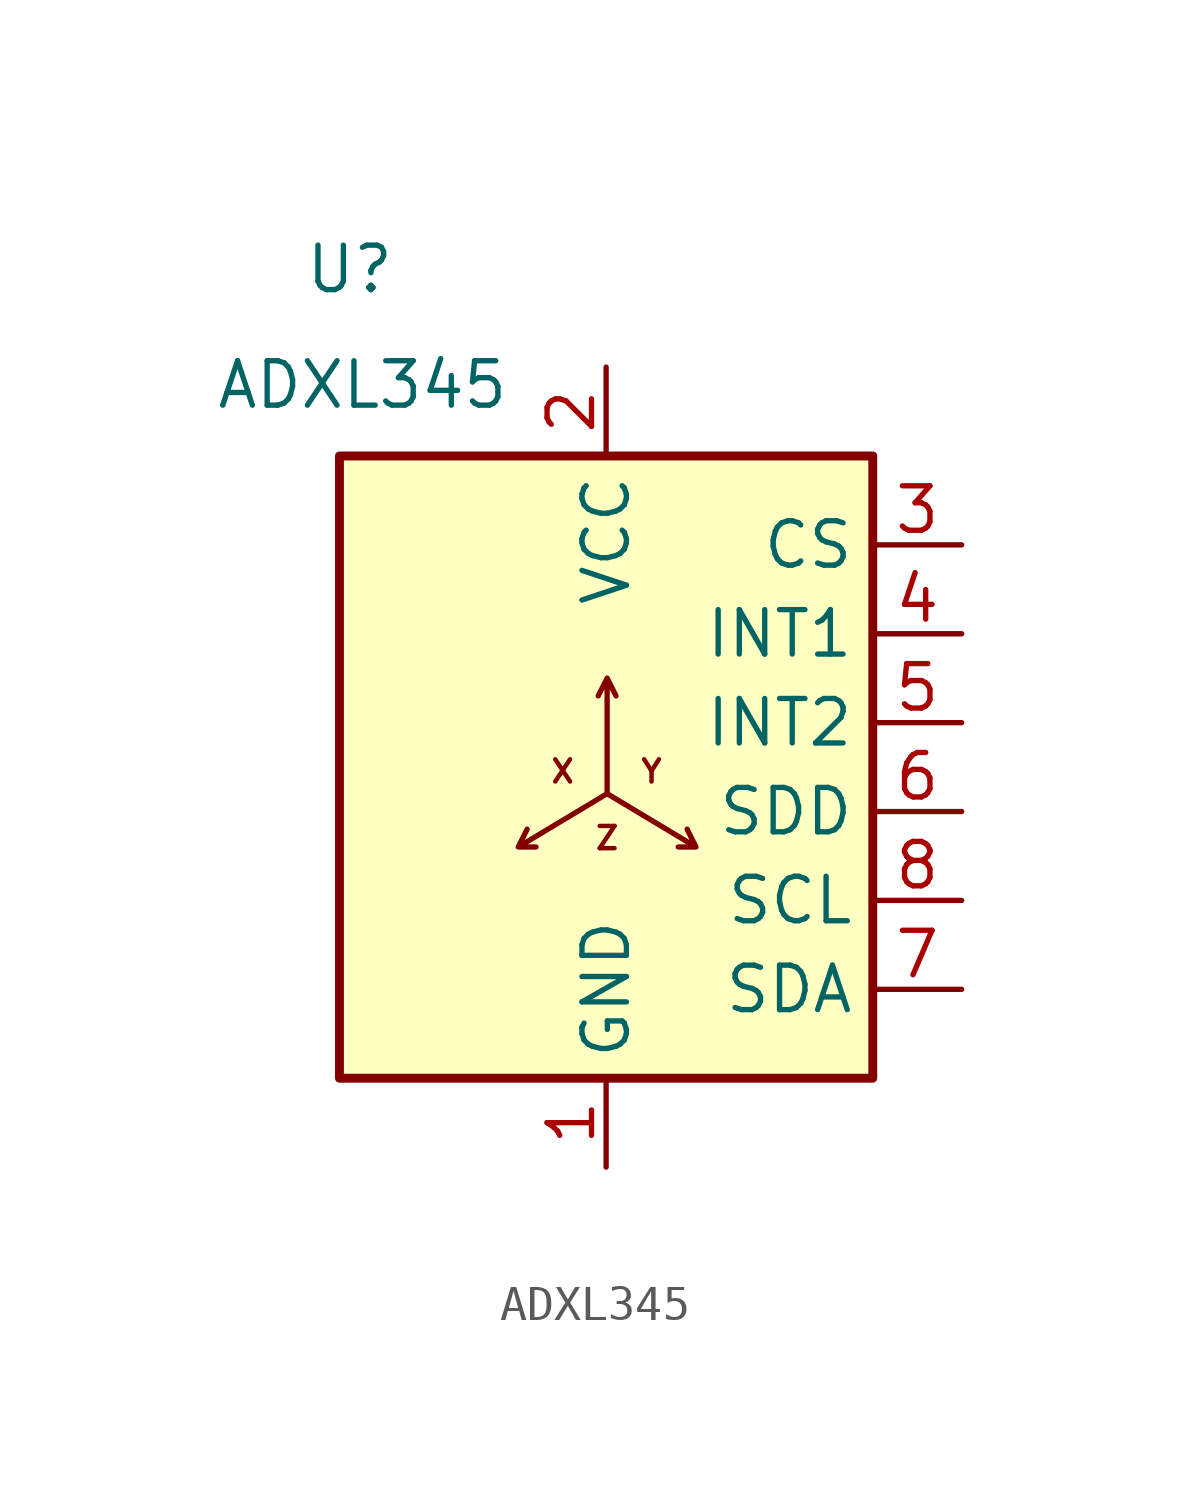
<source format=kicad_sym>
(kicad_symbol_lib
  (version 20231120)
  (generator "kicad_symbol_editor")
  (generator_version "8.0")
  (symbol "ADXL345"
    (property "Reference" "U"
      (at -8.636 12.954 0)
      (effects (font (size 1.27 1.27)) (justify left)))
    (property "Value" "ADXL345"
      (at -11.176 9.652 0)
      (effects (font (size 1.27 1.27)) (justify left)))
    (symbol "ADXL345_0_0"
      (text "X" (at -1.242 -1.394 0) (effects (font (size 0.635 0.635) (bold yes))))
      (text "Y" (at 1.298 -1.394 0) (effects (font (size 0.635 0.635) (bold yes))))
      (text "Z" (at 0.029 -3.299 0) (effects (font (size 0.635 0.635) (bold yes)))))
    (symbol "ADXL345_0_1"
      (rectangle (start -7.62 7.62) (end 7.62 -10.16) (stroke (width 0.254) (type default)) (fill (type background)))
      (polyline (pts (xy 0.029 -2.029) (xy 0.029 1.273) (xy 0.282 0.765) (xy 0.029 1.273) (xy -0.226 0.765) (xy 0.029 1.273) (xy 0.029 -2.029) (xy 2.568 -3.553) (xy 2.314 -3.045) (xy 2.568 -3.553) (xy 2.061 -3.553) (xy 2.568 -3.553) (xy 0.029 -2.029) (xy -2.511 -3.553) (xy -2.257 -3.045) (xy -2.511 -3.553) (xy -2.003 -3.553)) (stroke (width 0) (type default)) (fill (type none))))
    (symbol "ADXL345_1_1"
      (pin power_in line (at 0 -12.7 90) (length 2.54) (name "GND" (effects (font (size 1.27 1.27)))) (number "1" (effects (font (size 1.27 1.27)))))
      (pin power_in line (at 0 10.16 270) (length 2.54) (name "VCC" (effects (font (size 1.27 1.27)))) (number "2" (effects (font (size 1.27 1.27)))))
      (pin input line (at 10.16 5.08 180) (length 2.54) (name "CS" (effects (font (size 1.27 1.27)))) (number "3" (effects (font (size 1.27 1.27)))))
      (pin output line (at 10.16 2.54 180) (length 2.54) (name "INT1" (effects (font (size 1.27 1.27)))) (number "4" (effects (font (size 1.27 1.27)))))
      (pin output line (at 10.16 0 180) (length 2.54) (name "INT2" (effects (font (size 1.27 1.27)))) (number "5" (effects (font (size 1.27 1.27)))))
      (pin input line (at 10.16 -2.54 180) (length 2.54) (name "SDD" (effects (font (size 1.27 1.27)))) (number "6" (effects (font (size 1.27 1.27)))))
      (pin bidirectional line (at 10.16 -7.62 180) (length 2.54) (name "SDA" (effects (font (size 1.27 1.27)))) (number "7" (effects (font (size 1.27 1.27)))))
      (pin input line (at 10.16 -5.08 180) (length 2.54) (name "SCL" (effects (font (size 1.27 1.27)))) (number "8" (effects (font (size 1.27 1.27))))))))
</source>
